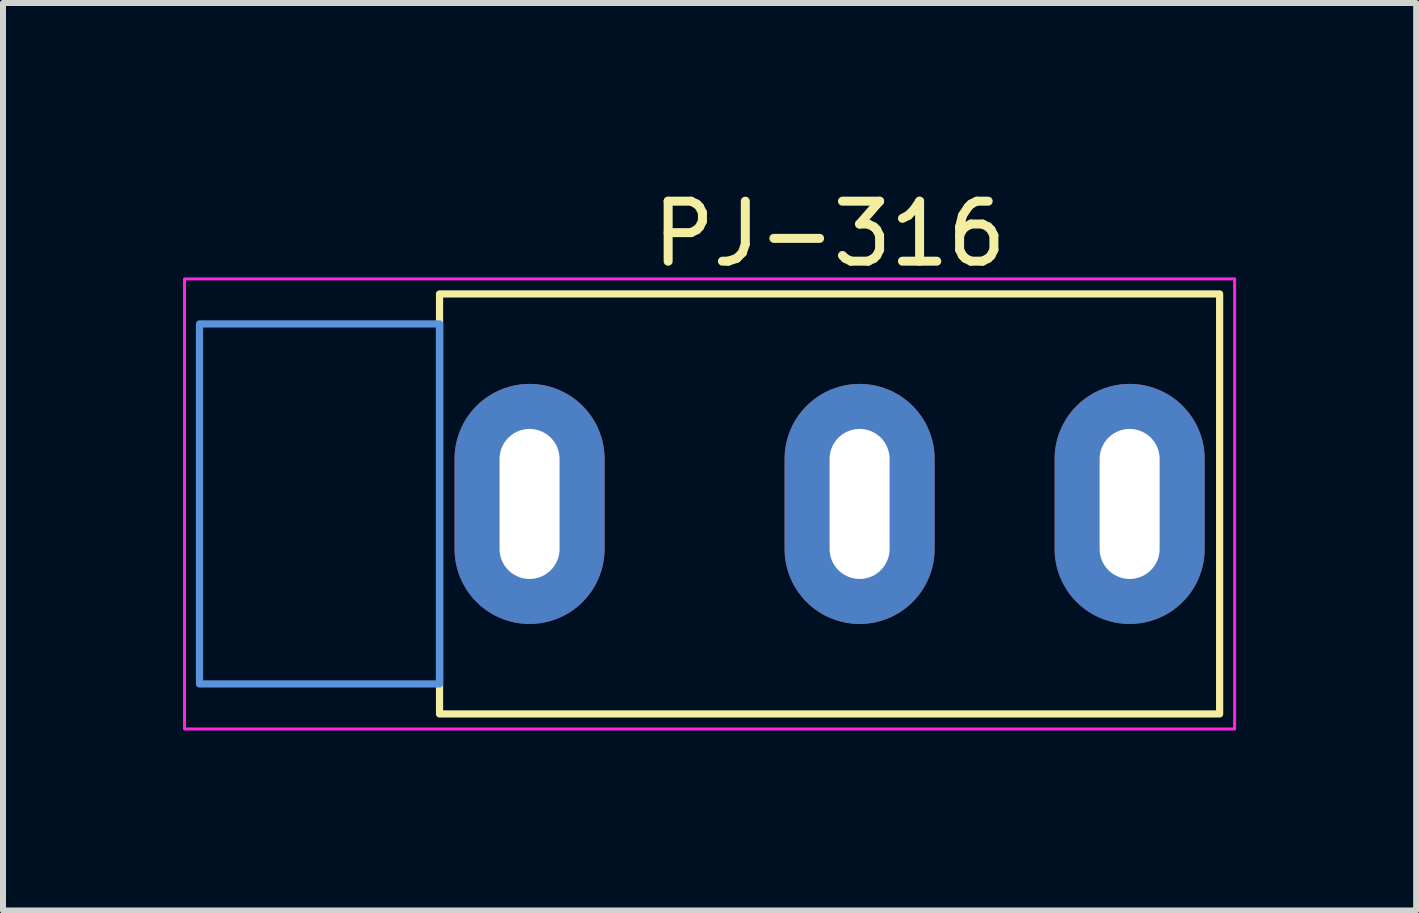
<source format=kicad_pcb>
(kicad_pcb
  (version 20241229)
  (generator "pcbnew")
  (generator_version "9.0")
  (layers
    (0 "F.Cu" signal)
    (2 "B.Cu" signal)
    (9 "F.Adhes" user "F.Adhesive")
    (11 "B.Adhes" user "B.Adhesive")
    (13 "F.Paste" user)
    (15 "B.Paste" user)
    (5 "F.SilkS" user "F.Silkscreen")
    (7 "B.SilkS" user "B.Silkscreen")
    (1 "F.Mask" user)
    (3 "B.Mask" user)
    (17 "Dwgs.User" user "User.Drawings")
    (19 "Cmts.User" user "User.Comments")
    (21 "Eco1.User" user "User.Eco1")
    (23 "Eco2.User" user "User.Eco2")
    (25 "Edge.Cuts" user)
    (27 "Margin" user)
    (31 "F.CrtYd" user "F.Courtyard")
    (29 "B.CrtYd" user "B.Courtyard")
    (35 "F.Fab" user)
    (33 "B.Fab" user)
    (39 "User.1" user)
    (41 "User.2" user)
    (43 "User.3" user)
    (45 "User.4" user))
  (footprint "PJ-316"
    (layer "F.Cu")
    (at 10.775 5.348)
    (property "Reference" "PJ-316" (at 0 -4.5 0) (unlocked yes) (layer "F.SilkS") (effects (font (size 1 1) (thickness 0.15))))
    (attr through_hole)
    (fp_rect (start -6.5 -3.5) (end 6.5 3.5) (stroke (width 0.12) (type default)) (fill no) (layer "F.SilkS"))
    (fp_rect (start -10.5 -3) (end -6.5 3) (stroke (width 0.12) (type default)) (fill no) (layer "Cmts.User"))
    (fp_rect (start -10.75 -3.75) (end 6.75 3.75) (stroke (width 0.05) (type default)) (fill no) (layer "F.CrtYd"))
    (pad "S" thru_hole oval (at -5 0) (size 2.5 4) (drill oval 1 2.5) (layers "*.Cu" "*.Mask"))
    (pad "T" thru_hole oval (at 0.5 0) (size 2.5 4) (drill oval 1 2.5) (layers "*.Cu" "*.Mask"))
    (pad "TN" thru_hole oval (at 5 0) (size 2.5 4) (drill oval 1 2.5) (layers "*.Cu" "*.Mask")))
  (gr_rect
    (start -3 -3)
    (end 20.55 12.123)
    (stroke (width 0.1) (type default))
    (fill no)
    (layer "Edge.Cuts")))
</source>
